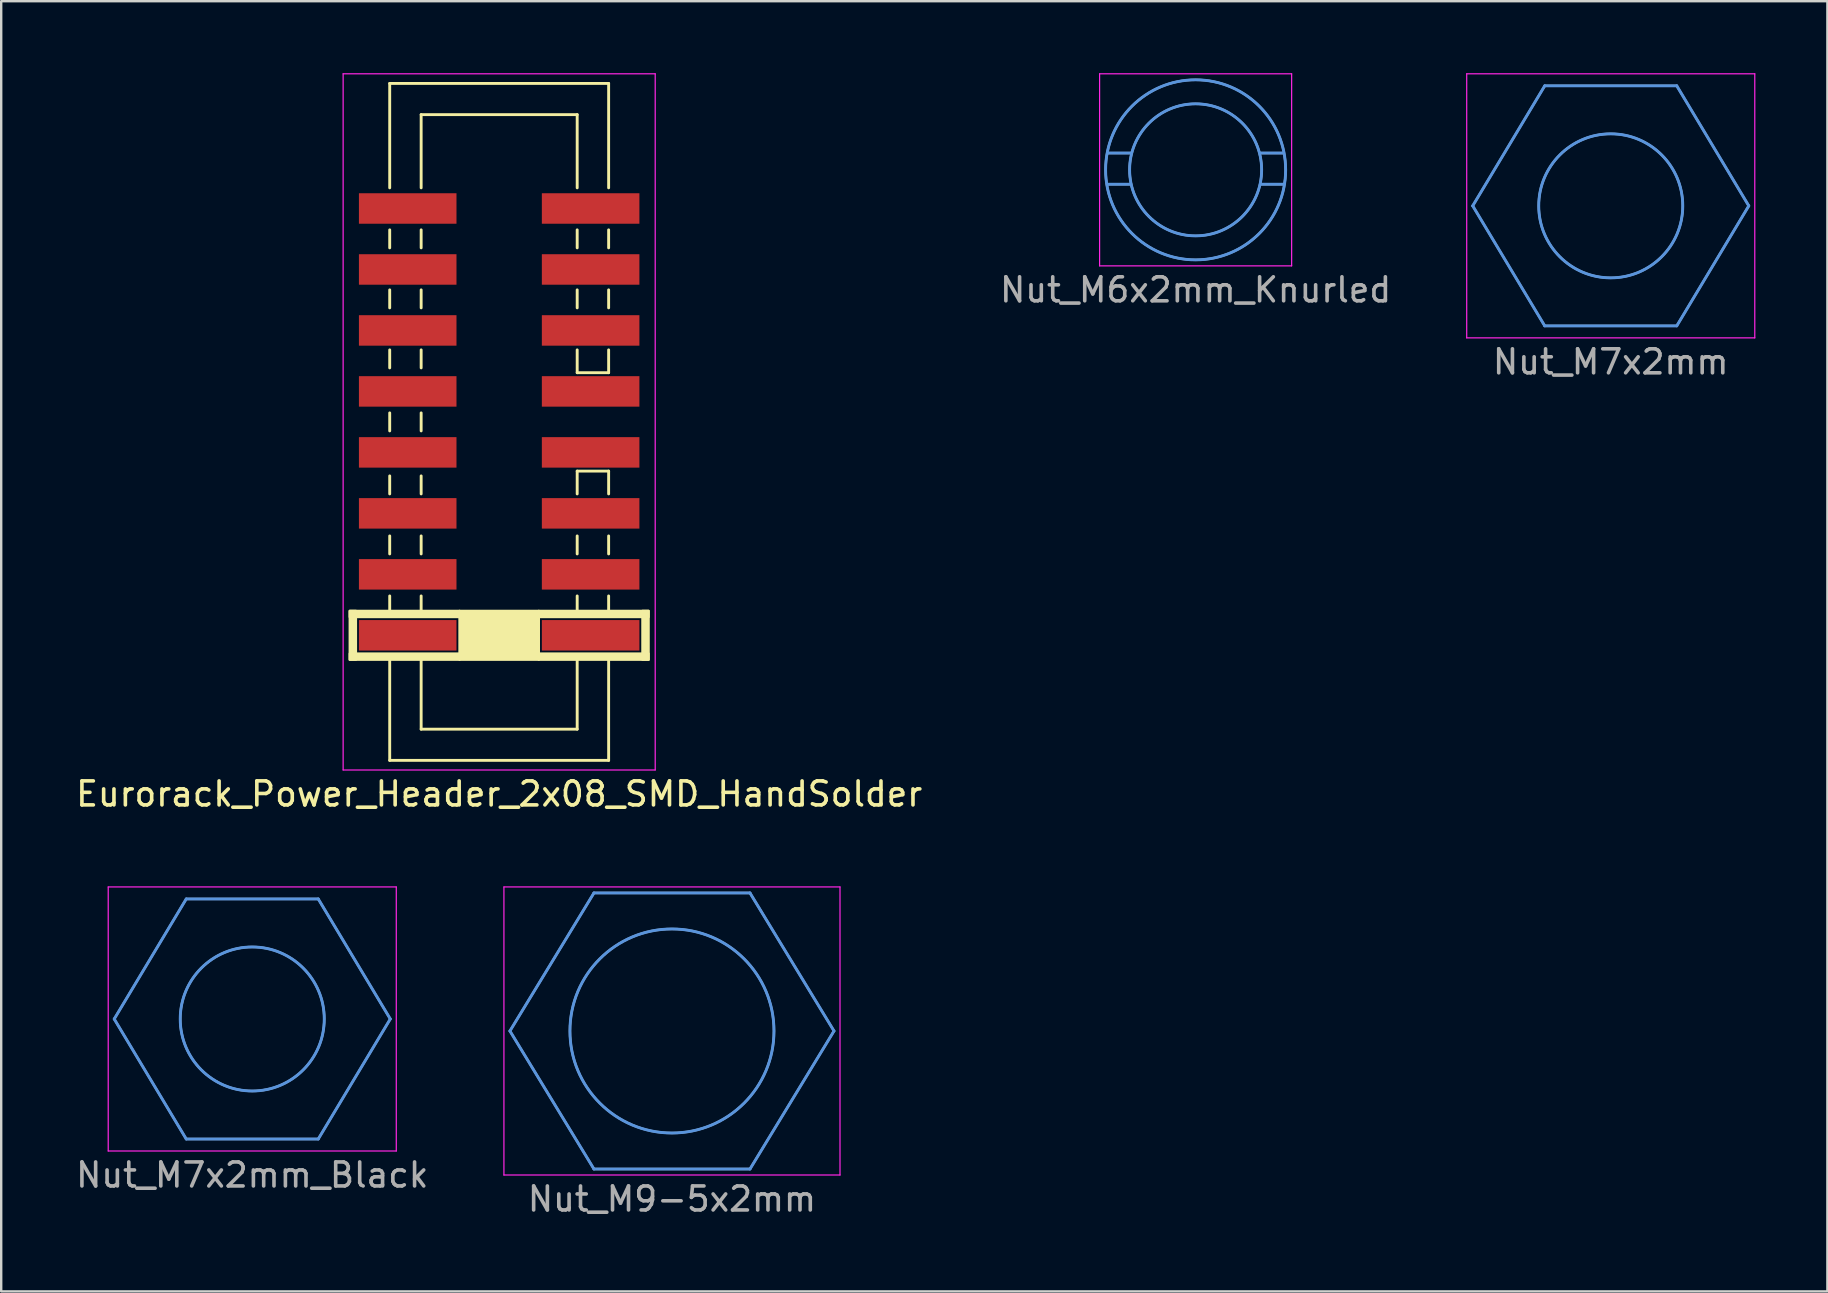
<source format=kicad_pcb>
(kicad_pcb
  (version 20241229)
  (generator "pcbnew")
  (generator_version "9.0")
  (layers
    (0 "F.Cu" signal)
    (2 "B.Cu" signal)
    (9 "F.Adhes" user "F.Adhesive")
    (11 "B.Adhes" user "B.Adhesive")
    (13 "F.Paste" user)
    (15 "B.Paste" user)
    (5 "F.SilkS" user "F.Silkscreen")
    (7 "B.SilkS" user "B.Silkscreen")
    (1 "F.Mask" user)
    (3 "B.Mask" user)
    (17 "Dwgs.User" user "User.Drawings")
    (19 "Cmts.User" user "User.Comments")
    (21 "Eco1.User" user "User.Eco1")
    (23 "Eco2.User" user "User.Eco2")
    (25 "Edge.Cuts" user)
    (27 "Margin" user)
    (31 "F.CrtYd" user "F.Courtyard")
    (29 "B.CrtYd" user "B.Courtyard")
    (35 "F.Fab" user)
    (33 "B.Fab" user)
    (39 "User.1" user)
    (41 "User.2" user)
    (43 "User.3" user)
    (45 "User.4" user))
  (footprint "Nut_M9-5x2mm"
    (layer "F.Cu")
    (at 24.942 39.898)
    (property "Reference" "Nut_M9-5x2mm" (at 0 7 0) (unlocked yes) (layer "F.Fab") (effects (font (size 1 1) (thickness 0.15))))
    (fp_line (start -6.75 0) (end -3.25 -5.75) (stroke (width 0.12) (type solid)) (layer "Cmts.User"))
    (fp_line (start -3.25 -5.75) (end 3.25 -5.75) (stroke (width 0.12) (type solid)) (layer "Cmts.User"))
    (fp_line (start -3.25 5.75) (end -6.75 0) (stroke (width 0.12) (type solid)) (layer "Cmts.User"))
    (fp_line (start 3.25 -5.75) (end 6.75 0) (stroke (width 0.12) (type solid)) (layer "Cmts.User"))
    (fp_line (start 3.25 5.75) (end -3.25 5.75) (stroke (width 0.12) (type solid)) (layer "Cmts.User"))
    (fp_line (start 6.75 0) (end 3.25 5.75) (stroke (width 0.12) (type solid)) (layer "Cmts.User"))
    (fp_circle (center 0 0) (end 4.25 0) (stroke (width 0.12) (type solid)) (fill no) (layer "Cmts.User"))
    (fp_line (start -7 -6) (end -7 6) (stroke (width 0.05) (type solid)) (layer "F.CrtYd"))
    (fp_line (start -7 6) (end 7 6) (stroke (width 0.05) (type solid)) (layer "F.CrtYd"))
    (fp_line (start 7 -6) (end -7 -6) (stroke (width 0.05) (type solid)) (layer "F.CrtYd"))
    (fp_line (start 7 6) (end 7 -6) (stroke (width 0.05) (type solid)) (layer "F.CrtYd"))
    (fp_line (start -6.75 0) (end -3.25 -5.75) (stroke (width 0.1) (type solid)) (layer "F.Fab"))
    (fp_line (start -3.25 -5.75) (end 3.25 -5.75) (stroke (width 0.1) (type solid)) (layer "F.Fab"))
    (fp_line (start -3.25 5.75) (end -6.75 0) (stroke (width 0.1) (type solid)) (layer "F.Fab"))
    (fp_line (start 3.25 -5.75) (end 6.75 0) (stroke (width 0.1) (type solid)) (layer "F.Fab"))
    (fp_line (start 3.25 5.75) (end -3.25 5.75) (stroke (width 0.1) (type solid)) (layer "F.Fab"))
    (fp_line (start 6.75 0) (end 3.25 5.75) (stroke (width 0.1) (type solid)) (layer "F.Fab"))
    (fp_circle (center 0 0) (end 4.25 0) (stroke (width 0.1) (type solid)) (fill no) (layer "F.Fab")))
  (footprint "Nut_M7x2mm"
    (layer "F.Cu")
    (at 64.049 5.525)
    (property "Reference" "Nut_M7x2mm" (at 0 6.5 0) (unlocked yes) (layer "F.Fab") (effects (font (size 1 1) (thickness 0.15))))
    (fp_line (start -5.75 0) (end -2.75 5) (stroke (width 0.12) (type solid)) (layer "Cmts.User"))
    (fp_line (start -2.75 -5) (end -5.75 0) (stroke (width 0.12) (type solid)) (layer "Cmts.User"))
    (fp_line (start -2.75 5) (end 2.75 5) (stroke (width 0.12) (type solid)) (layer "Cmts.User"))
    (fp_line (start 2.75 -5) (end -2.75 -5) (stroke (width 0.12) (type solid)) (layer "Cmts.User"))
    (fp_line (start 2.75 5) (end 5.75 0) (stroke (width 0.12) (type solid)) (layer "Cmts.User"))
    (fp_line (start 5.75 0) (end 2.75 -5) (stroke (width 0.12) (type solid)) (layer "Cmts.User"))
    (fp_circle (center 0 0) (end 3 0) (stroke (width 0.12) (type solid)) (fill no) (layer "Cmts.User"))
    (fp_line (start -6 -5.5) (end 6 -5.5) (stroke (width 0.05) (type solid)) (layer "F.CrtYd"))
    (fp_line (start -6 5.5) (end -6 -5.5) (stroke (width 0.05) (type solid)) (layer "F.CrtYd"))
    (fp_line (start 6 -5.5) (end 6 5.5) (stroke (width 0.05) (type solid)) (layer "F.CrtYd"))
    (fp_line (start 6 5.5) (end -6 5.5) (stroke (width 0.05) (type solid)) (layer "F.CrtYd"))
    (fp_line (start -5.75 0) (end -2.75 5) (stroke (width 0.1) (type solid)) (layer "F.Fab"))
    (fp_line (start -2.75 -5) (end -5.75 0) (stroke (width 0.1) (type solid)) (layer "F.Fab"))
    (fp_line (start -2.75 5) (end 2.75 5) (stroke (width 0.1) (type solid)) (layer "F.Fab"))
    (fp_line (start 2.75 -5) (end -2.75 -5) (stroke (width 0.1) (type solid)) (layer "F.Fab"))
    (fp_line (start 2.75 5) (end 5.75 0) (stroke (width 0.1) (type solid)) (layer "F.Fab"))
    (fp_line (start 5.75 0) (end 2.75 -5) (stroke (width 0.1) (type solid)) (layer "F.Fab"))
    (fp_circle (center 0 0) (end 3 0) (stroke (width 0.1) (type solid)) (fill no) (layer "F.Fab")))
  (footprint "Nut_M6x2mm_Knurled"
    (layer "F.Cu")
    (at 46.756 4.025)
    (property "Reference" "Nut_M6x2mm_Knurled" (at 0 5 0) (unlocked yes) (layer "F.Fab") (effects (font (size 1 1) (thickness 0.15))))
    (fp_line (start -2.7 -0.7) (end -3.65 -0.7) (stroke (width 0.12) (type solid)) (layer "Cmts.User"))
    (fp_line (start -2.7 0.6) (end -3.65 0.6) (stroke (width 0.12) (type solid)) (layer "Cmts.User"))
    (fp_line (start 2.7 -0.7) (end 3.65 -0.7) (stroke (width 0.12) (type solid)) (layer "Cmts.User"))
    (fp_line (start 2.7 0.6) (end 3.65 0.6) (stroke (width 0.12) (type solid)) (layer "Cmts.User"))
    (fp_circle (center 0 0) (end 2.75 0) (stroke (width 0.12) (type solid)) (fill no) (layer "Cmts.User"))
    (fp_circle (center 0 0) (end 3.75 0) (stroke (width 0.12) (type solid)) (fill no) (layer "Cmts.User"))
    (fp_line (start -4 -4) (end -4 4) (stroke (width 0.05) (type solid)) (layer "F.CrtYd"))
    (fp_line (start -4 4) (end 4 4) (stroke (width 0.05) (type solid)) (layer "F.CrtYd"))
    (fp_line (start 4 -4) (end -4 -4) (stroke (width 0.05) (type solid)) (layer "F.CrtYd"))
    (fp_line (start 4 4) (end 4 -4) (stroke (width 0.05) (type solid)) (layer "F.CrtYd"))
    (fp_line (start -2.7 -0.7) (end -3.65 -0.7) (stroke (width 0.1) (type solid)) (layer "F.Fab"))
    (fp_line (start -2.7 0.6) (end -3.65 0.6) (stroke (width 0.1) (type solid)) (layer "F.Fab"))
    (fp_line (start 2.7 -0.7) (end 3.65 -0.7) (stroke (width 0.1) (type solid)) (layer "F.Fab"))
    (fp_line (start 2.7 0.6) (end 3.65 0.6) (stroke (width 0.1) (type solid)) (layer "F.Fab"))
    (fp_circle (center 0 0) (end 2.75 0) (stroke (width 0.1) (type solid)) (fill no) (layer "F.Fab"))
    (fp_circle (center 0 0) (end 3.75 0) (stroke (width 0.1) (type solid)) (fill no) (layer "F.Fab")))
  (footprint "Eurorack_Power_Header_2x08_SMD_HandSolder"
    (layer "F.Cu")
    (at 17.744 14.525)
    (property "Reference" "Eurorack_Power_Header_2x08_SMD_HandSolder" (at 0 15.5 0) (layer "F.SilkS") (effects (font (size 1 1) (thickness 0.15))))
    (attr smd)
    (fp_line (start -4.56 -14.1) (end 4.56 -14.1) (stroke (width 0.12) (type solid)) (layer "F.SilkS"))
    (fp_line (start -4.56 -9.75) (end -4.56 -14.1) (stroke (width 0.12) (type solid)) (layer "F.SilkS"))
    (fp_line (start -4.56 -7.25) (end -4.56 -8) (stroke (width 0.12) (type solid)) (layer "F.SilkS"))
    (fp_line (start -4.56 -4.75) (end -4.56 -5.5) (stroke (width 0.12) (type solid)) (layer "F.SilkS"))
    (fp_line (start -4.56 -2.25) (end -4.56 -3) (stroke (width 0.12) (type solid)) (layer "F.SilkS"))
    (fp_line (start -4.56 0.375) (end -4.56 -0.375) (stroke (width 0.12) (type solid)) (layer "F.SilkS"))
    (fp_line (start -4.56 3) (end -4.56 2.25) (stroke (width 0.12) (type solid)) (layer "F.SilkS"))
    (fp_line (start -4.56 5.5) (end -4.56 4.75) (stroke (width 0.12) (type solid)) (layer "F.SilkS"))
    (fp_line (start -4.56 8) (end -4.56 7.25) (stroke (width 0.12) (type solid)) (layer "F.SilkS"))
    (fp_line (start -4.56 14.1) (end -4.56 9.75) (stroke (width 0.12) (type solid)) (layer "F.SilkS"))
    (fp_line (start -3.25 -12.8) (end -3.25 -9.75) (stroke (width 0.12) (type solid)) (layer "F.SilkS"))
    (fp_line (start -3.25 -12.8) (end 3.25 -12.8) (stroke (width 0.12) (type solid)) (layer "F.SilkS"))
    (fp_line (start -3.25 -8) (end -3.25 -7.25) (stroke (width 0.12) (type solid)) (layer "F.SilkS"))
    (fp_line (start -3.25 -5.5) (end -3.25 -4.75) (stroke (width 0.12) (type solid)) (layer "F.SilkS"))
    (fp_line (start -3.25 -3) (end -3.25 -2.25) (stroke (width 0.12) (type solid)) (layer "F.SilkS"))
    (fp_line (start -3.25 -0.375) (end -3.25 0.375) (stroke (width 0.12) (type solid)) (layer "F.SilkS"))
    (fp_line (start -3.25 2.25) (end -3.25 3) (stroke (width 0.12) (type solid)) (layer "F.SilkS"))
    (fp_line (start -3.25 4.75) (end -3.25 5.5) (stroke (width 0.12) (type solid)) (layer "F.SilkS"))
    (fp_line (start -3.25 7.25) (end -3.25 8) (stroke (width 0.12) (type solid)) (layer "F.SilkS"))
    (fp_line (start -3.25 9.75) (end -3.25 12.8) (stroke (width 0.12) (type solid)) (layer "F.SilkS"))
    (fp_line (start 3.25 -12.8) (end 3.25 -9.75) (stroke (width 0.12) (type solid)) (layer "F.SilkS"))
    (fp_line (start 3.25 -8) (end 3.25 -7.25) (stroke (width 0.12) (type solid)) (layer "F.SilkS"))
    (fp_line (start 3.25 -5.5) (end 3.25 -4.75) (stroke (width 0.12) (type solid)) (layer "F.SilkS"))
    (fp_line (start 3.25 -3) (end 3.25 -2.05) (stroke (width 0.12) (type solid)) (layer "F.SilkS"))
    (fp_line (start 3.25 -2.05) (end 4.56 -2.05) (stroke (width 0.12) (type solid)) (layer "F.SilkS"))
    (fp_line (start 3.25 2.05) (end 3.25 3) (stroke (width 0.12) (type solid)) (layer "F.SilkS"))
    (fp_line (start 3.25 2.05) (end 4.56 2.05) (stroke (width 0.12) (type solid)) (layer "F.SilkS"))
    (fp_line (start 3.25 4.75) (end 3.25 5.5) (stroke (width 0.12) (type solid)) (layer "F.SilkS"))
    (fp_line (start 3.25 7.25) (end 3.25 8) (stroke (width 0.12) (type solid)) (layer "F.SilkS"))
    (fp_line (start 3.25 9.75) (end 3.25 12.8) (stroke (width 0.12) (type solid)) (layer "F.SilkS"))
    (fp_line (start 3.25 12.8) (end -3.25 12.8) (stroke (width 0.12) (type solid)) (layer "F.SilkS"))
    (fp_line (start 4.56 -14.1) (end 4.56 -9.75) (stroke (width 0.12) (type solid)) (layer "F.SilkS"))
    (fp_line (start 4.56 -8) (end 4.56 -7.25) (stroke (width 0.12) (type solid)) (layer "F.SilkS"))
    (fp_line (start 4.56 -5.5) (end 4.56 -4.75) (stroke (width 0.12) (type solid)) (layer "F.SilkS"))
    (fp_line (start 4.56 -3) (end 4.56 -2.05) (stroke (width 0.12) (type solid)) (layer "F.SilkS"))
    (fp_line (start 4.56 2.05) (end 4.56 3) (stroke (width 0.12) (type solid)) (layer "F.SilkS"))
    (fp_line (start 4.56 4.75) (end 4.56 5.5) (stroke (width 0.12) (type solid)) (layer "F.SilkS"))
    (fp_line (start 4.56 7.25) (end 4.56 8) (stroke (width 0.12) (type solid)) (layer "F.SilkS"))
    (fp_line (start 4.56 9.75) (end 4.56 14.1) (stroke (width 0.12) (type solid)) (layer "F.SilkS"))
    (fp_line (start 4.56 14.1) (end -4.56 14.1) (stroke (width 0.12) (type solid)) (layer "F.SilkS"))
    (fp_poly (pts (xy -6.223 7.874) (xy -5.969 7.874) (xy -5.969 9.906) (xy -6.223 9.906)) (stroke (width 0.1) (type solid)) (fill yes) (layer "F.SilkS"))
    (fp_poly (pts (xy -6.223 7.874) (xy -1.651 7.874) (xy -1.651 8.128) (xy -6.223 8.128)) (stroke (width 0.1) (type solid)) (fill yes) (layer "F.SilkS"))
    (fp_poly (pts (xy -6.223 9.652) (xy -1.651 9.652) (xy -1.651 9.906) (xy -6.223 9.906)) (stroke (width 0.1) (type solid)) (fill yes) (layer "F.SilkS"))
    (fp_poly (pts (xy -1.651 7.874) (xy 1.651 7.874) (xy 1.651 9.906) (xy -1.651 9.906)) (stroke (width 0.1) (type solid)) (fill yes) (layer "F.SilkS"))
    (fp_poly (pts (xy 1.651 7.874) (xy 6.223 7.874) (xy 6.223 8.128) (xy 1.651 8.128)) (stroke (width 0.1) (type solid)) (fill yes) (layer "F.SilkS"))
    (fp_poly (pts (xy 1.651 9.652) (xy 6.223 9.652) (xy 6.223 9.906) (xy 1.651 9.906)) (stroke (width 0.1) (type solid)) (fill yes) (layer "F.SilkS"))
    (fp_poly (pts (xy 5.969 7.874) (xy 6.223 7.874) (xy 6.223 9.906) (xy 5.969 9.906)) (stroke (width 0.1) (type solid)) (fill yes) (layer "F.SilkS"))
    (fp_line (start -6.5 -14.5) (end -6.5 14.5) (stroke (width 0.05) (type solid)) (layer "F.CrtYd"))
    (fp_line (start -6.5 14.5) (end 6.5 14.5) (stroke (width 0.05) (type solid)) (layer "F.CrtYd"))
    (fp_line (start 6.5 -14.5) (end -6.5 -14.5) (stroke (width 0.05) (type solid)) (layer "F.CrtYd"))
    (fp_line (start 6.5 14.5) (end 6.5 -14.5) (stroke (width 0.05) (type solid)) (layer "F.CrtYd"))
    (pad "+5VD" smd rect (at -3.81 -3.81 180) (size 4.064 1.27) (layers "F.Cu" "F.Mask" "F.Paste"))
    (pad "+5VD" smd rect (at 3.81 -3.81 180) (size 4.064 1.27) (layers "F.Cu" "F.Mask" "F.Paste"))
    (pad "+12V" smd rect (at -3.81 -1.27 180) (size 4.064 1.27) (layers "F.Cu" "F.Mask" "F.Paste"))
    (pad "+12V" smd rect (at 3.81 -1.27 180) (size 4.064 1.27) (layers "F.Cu" "F.Mask" "F.Paste"))
    (pad "-12V" smd rect (at -3.81 8.89 180) (size 4.064 1.27) (layers "F.Cu" "F.Mask" "F.Paste"))
    (pad "-12V" smd rect (at 3.81 8.89 180) (size 4.064 1.27) (layers "F.Cu" "F.Mask" "F.Paste"))
    (pad "CV" smd rect (at -3.81 -6.35 180) (size 4.064 1.27) (layers "F.Cu" "F.Mask" "F.Paste"))
    (pad "CV" smd rect (at 3.81 -6.35 180) (size 4.064 1.27) (layers "F.Cu" "F.Mask" "F.Paste"))
    (pad "GATE" smd rect (at -3.81 -8.89 180) (size 4.064 1.27) (layers "F.Cu" "F.Mask" "F.Paste"))
    (pad "GATE" smd rect (at 3.81 -8.89 180) (size 4.064 1.27) (layers "F.Cu" "F.Mask" "F.Paste"))
    (pad "GND" smd rect (at -3.81 1.27 180) (size 4.064 1.27) (layers "F.Cu" "F.Mask" "F.Paste"))
    (pad "GND" smd rect (at -3.81 3.81 180) (size 4.064 1.27) (layers "F.Cu" "F.Mask" "F.Paste"))
    (pad "GND" smd rect (at -3.81 6.35 180) (size 4.064 1.27) (layers "F.Cu" "F.Mask" "F.Paste"))
    (pad "GND" smd rect (at 3.81 1.27 180) (size 4.064 1.27) (layers "F.Cu" "F.Mask" "F.Paste"))
    (pad "GND" smd rect (at 3.81 3.81 180) (size 4.064 1.27) (layers "F.Cu" "F.Mask" "F.Paste"))
    (pad "GND" smd rect (at 3.81 6.35 180) (size 4.064 1.27) (layers "F.Cu" "F.Mask" "F.Paste")))
  (footprint "Nut_M7x2mm_Black"
    (layer "F.Cu")
    (at 7.458 39.398)
    (property "Reference" "Nut_M7x2mm_Black" (at 0 6.5 0) (unlocked yes) (layer "F.Fab") (effects (font (size 1 1) (thickness 0.15))))
    (fp_line (start -5.75 0) (end -2.75 5) (stroke (width 0.12) (type solid)) (layer "Cmts.User"))
    (fp_line (start -2.75 -5) (end -5.75 0) (stroke (width 0.12) (type solid)) (layer "Cmts.User"))
    (fp_line (start -2.75 5) (end 2.75 5) (stroke (width 0.12) (type solid)) (layer "Cmts.User"))
    (fp_line (start 2.75 -5) (end -2.75 -5) (stroke (width 0.12) (type solid)) (layer "Cmts.User"))
    (fp_line (start 2.75 5) (end 5.75 0) (stroke (width 0.12) (type solid)) (layer "Cmts.User"))
    (fp_line (start 5.75 0) (end 2.75 -5) (stroke (width 0.12) (type solid)) (layer "Cmts.User"))
    (fp_circle (center 0 0) (end 3 0) (stroke (width 0.12) (type solid)) (fill no) (layer "Cmts.User"))
    (fp_line (start -6 -5.5) (end 6 -5.5) (stroke (width 0.05) (type solid)) (layer "F.CrtYd"))
    (fp_line (start -6 5.5) (end -6 -5.5) (stroke (width 0.05) (type solid)) (layer "F.CrtYd"))
    (fp_line (start 6 -5.5) (end 6 5.5) (stroke (width 0.05) (type solid)) (layer "F.CrtYd"))
    (fp_line (start 6 5.5) (end -6 5.5) (stroke (width 0.05) (type solid)) (layer "F.CrtYd"))
    (fp_line (start -5.75 0) (end -2.75 5) (stroke (width 0.1) (type solid)) (layer "F.Fab"))
    (fp_line (start -2.75 -5) (end -5.75 0) (stroke (width 0.1) (type solid)) (layer "F.Fab"))
    (fp_line (start -2.75 5) (end 2.75 5) (stroke (width 0.1) (type solid)) (layer "F.Fab"))
    (fp_line (start 2.75 -5) (end -2.75 -5) (stroke (width 0.1) (type solid)) (layer "F.Fab"))
    (fp_line (start 2.75 5) (end 5.75 0) (stroke (width 0.1) (type solid)) (layer "F.Fab"))
    (fp_line (start 5.75 0) (end 2.75 -5) (stroke (width 0.1) (type solid)) (layer "F.Fab"))
    (fp_circle (center 0 0) (end 3 0) (stroke (width 0.1) (type solid)) (fill no) (layer "F.Fab")))
  (gr_rect
    (start -3 -3)
    (end 73.074 50.746)
    (stroke (width 0.1) (type default))
    (fill no)
    (layer "Edge.Cuts")))
</source>
